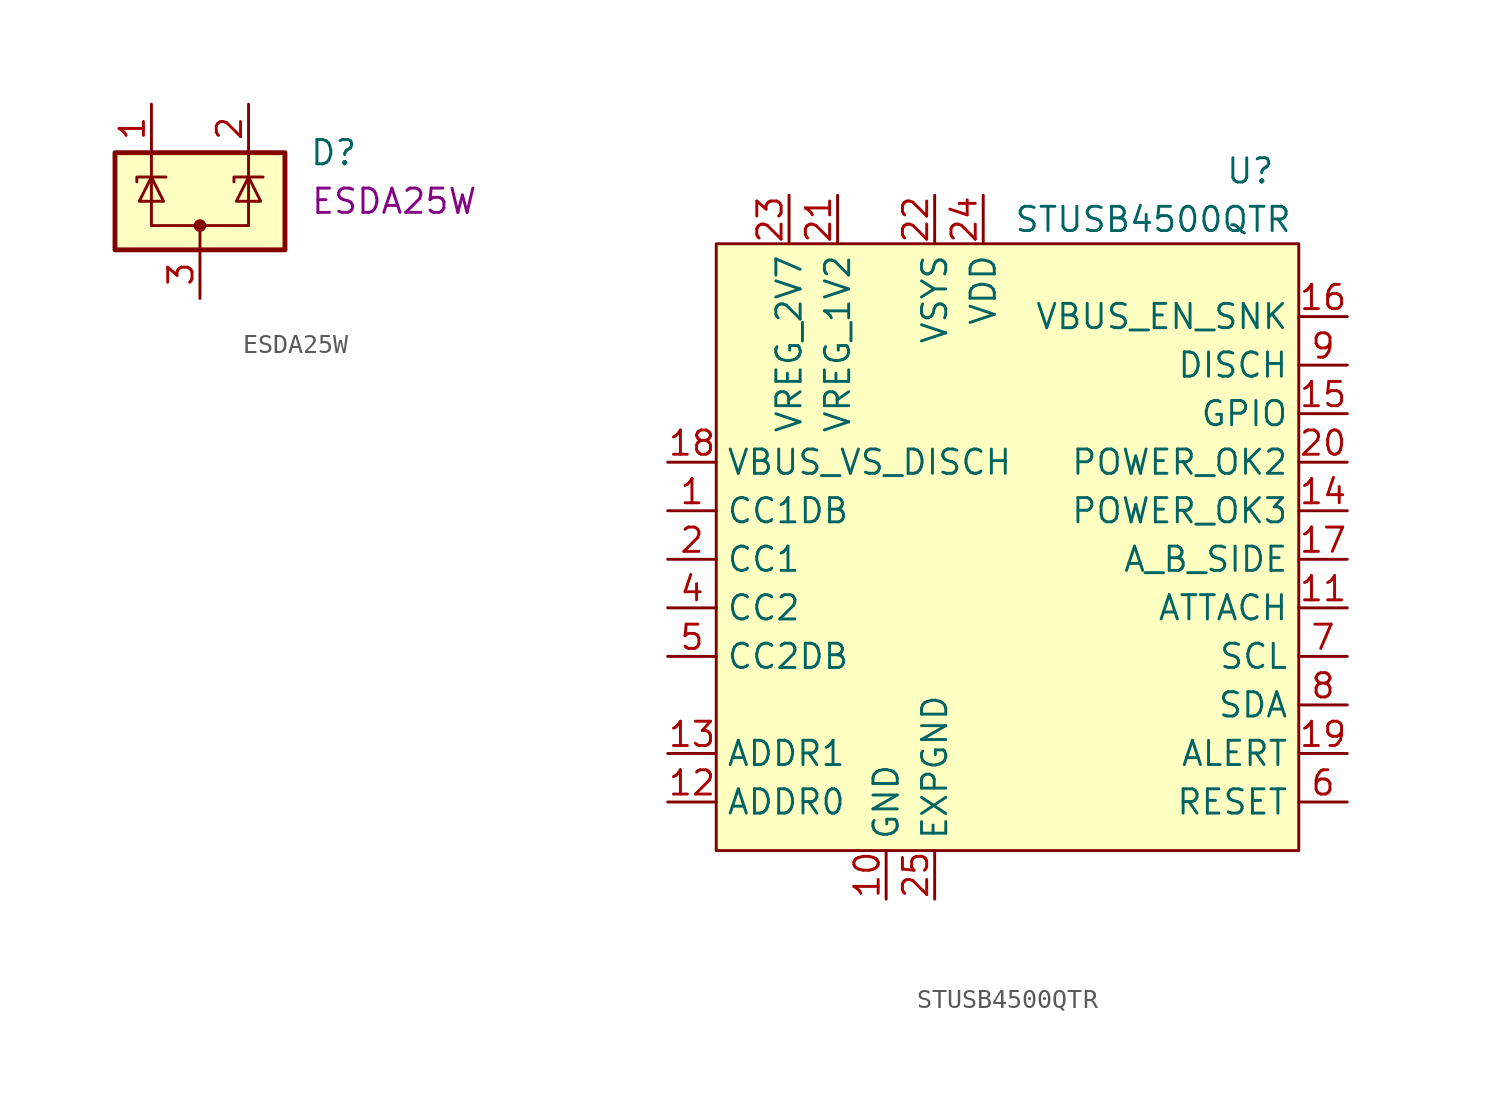
<source format=kicad_sym>
(kicad_symbol_lib
  (version 20211014)
  (generator kicad_symbol_editor)
  (symbol "ESDA25W"
    (pin_names hide)
    (property "Reference" "D"
      (at 5.715 2.54 0)
      (effects (font (size 1.27 1.27)) (justify left)))
    (property "MPN" "ESDA25W"
      (at 10.16 0 0)
      (effects (font (size 1.27 1.27))))
    (symbol "ESDA25W_0_0"
      (pin passive line (at 0 -5.08 90) (length 2.54) (name "A" (effects (font (size 1.27 1.27)))) (number "3" (effects (font (size 1.27 1.27))))))
    (symbol "ESDA25W_0_1"
      (rectangle (start -4.445 2.54) (end 4.445 -2.54) (stroke (width 0.254) (type default) (color 0 0 0 0)) (fill (type background)))
      (circle (center 0 -1.27) (radius 0.254) (stroke (width 0) (type default) (color 0 0 0 0)) (fill (type outline)))
      (polyline (pts (xy -2.54 2.54) (xy -2.54 1.27)) (stroke (width 0) (type default) (color 0 0 0 0)) (fill (type none)))
      (polyline (pts (xy 0 -1.27) (xy 0 -2.54)) (stroke (width 0) (type default) (color 0 0 0 0)) (fill (type none)))
      (polyline (pts (xy 2.54 2.54) (xy 2.54 1.27)) (stroke (width 0) (type default) (color 0 0 0 0)) (fill (type none)))
      (polyline (pts (xy -3.302 1.016) (xy -3.302 1.27) (xy -1.905 1.27) (xy -1.778 1.27)) (stroke (width 0) (type default) (color 0 0 0 0)) (fill (type none)))
      (polyline (pts (xy -2.54 1.27) (xy -2.54 -1.27) (xy 2.54 -1.27) (xy 2.54 1.27)) (stroke (width 0) (type default) (color 0 0 0 0)) (fill (type none)))
      (polyline (pts (xy -2.54 1.27) (xy -1.905 0) (xy -3.175 0) (xy -2.54 1.27)) (stroke (width 0) (type default) (color 0 0 0 0)) (fill (type none)))
      (polyline (pts (xy 1.778 1.016) (xy 1.778 1.27) (xy 3.175 1.27) (xy 3.302 1.27)) (stroke (width 0) (type default) (color 0 0 0 0)) (fill (type none)))
      (polyline (pts (xy 2.54 1.27) (xy 1.905 0) (xy 3.175 0) (xy 2.54 1.27)) (stroke (width 0) (type default) (color 0 0 0 0)) (fill (type none))))
    (symbol "ESDA25W_1_1"
      (pin passive line (at -2.54 5.08 270) (length 2.54) (name "K" (effects (font (size 1.27 1.27)))) (number "1" (effects (font (size 1.27 1.27)))))
      (pin passive line (at 2.54 5.08 270) (length 2.54) (name "K" (effects (font (size 1.27 1.27)))) (number "2" (effects (font (size 1.27 1.27)))))))
  (symbol "STUSB4500QTR"
    (property "Reference" "U"
      (at 12.7 20.32 0)
      (effects (font (size 1.27 1.27))))
    (property "Value" "STUSB4500QTR"
      (at 7.62 17.78 0)
      (effects (font (size 1.27 1.27))))
    (symbol "STUSB4500QTR_0_1"
      (rectangle (start -15.24 16.51) (end 15.24 -15.24) (stroke (width 0) (type default) (color 0 0 0 0)) (fill (type background))))
    (symbol "STUSB4500QTR_1_1"
      (pin bidirectional line (at -17.78 2.54 0) (length 2.54) (name "CC1DB" (effects (font (size 1.27 1.27)))) (number "1" (effects (font (size 1.27 1.27)))))
      (pin power_in line (at -6.35 -17.78 90) (length 2.54) (name "GND" (effects (font (size 1.27 1.27)))) (number "10" (effects (font (size 1.27 1.27)))))
      (pin open_collector line (at 17.78 -2.54 180) (length 2.54) (name "ATTACH" (effects (font (size 1.27 1.27)))) (number "11" (effects (font (size 1.27 1.27)))))
      (pin input line (at -17.78 -12.7 0) (length 2.54) (name "ADDR0" (effects (font (size 1.27 1.27)))) (number "12" (effects (font (size 1.27 1.27)))))
      (pin input line (at -17.78 -10.16 0) (length 2.54) (name "ADDR1" (effects (font (size 1.27 1.27)))) (number "13" (effects (font (size 1.27 1.27)))))
      (pin open_collector line (at 17.78 2.54 180) (length 2.54) (name "POWER_OK3" (effects (font (size 1.27 1.27)))) (number "14" (effects (font (size 1.27 1.27)))))
      (pin open_collector line (at 17.78 7.62 180) (length 2.54) (name "GPIO" (effects (font (size 1.27 1.27)))) (number "15" (effects (font (size 1.27 1.27)))))
      (pin open_collector line (at 17.78 12.7 180) (length 2.54) (name "VBUS_EN_SNK" (effects (font (size 1.27 1.27)))) (number "16" (effects (font (size 1.27 1.27)))))
      (pin open_collector line (at 17.78 0 180) (length 2.54) (name "A_B_SIDE" (effects (font (size 1.27 1.27)))) (number "17" (effects (font (size 1.27 1.27)))))
      (pin input line (at -17.78 5.08 0) (length 2.54) (name "VBUS_VS_DISCH" (effects (font (size 1.27 1.27)))) (number "18" (effects (font (size 1.27 1.27)))))
      (pin open_collector line (at 17.78 -10.16 180) (length 2.54) (name "ALERT" (effects (font (size 1.27 1.27)))) (number "19" (effects (font (size 1.27 1.27)))))
      (pin bidirectional line (at -17.78 0 0) (length 2.54) (name "CC1" (effects (font (size 1.27 1.27)))) (number "2" (effects (font (size 1.27 1.27)))))
      (pin open_collector line (at 17.78 5.08 180) (length 2.54) (name "POWER_OK2" (effects (font (size 1.27 1.27)))) (number "20" (effects (font (size 1.27 1.27)))))
      (pin power_out line (at -8.89 19.05 270) (length 2.54) (name "VREG_1V2" (effects (font (size 1.27 1.27)))) (number "21" (effects (font (size 1.27 1.27)))))
      (pin power_in line (at -3.81 19.05 270) (length 2.54) (name "VSYS" (effects (font (size 1.27 1.27)))) (number "22" (effects (font (size 1.27 1.27)))))
      (pin power_out line (at -11.43 19.05 270) (length 2.54) (name "VREG_2V7" (effects (font (size 1.27 1.27)))) (number "23" (effects (font (size 1.27 1.27)))))
      (pin power_in line (at -1.27 19.05 270) (length 2.54) (name "VDD" (effects (font (size 1.27 1.27)))) (number "24" (effects (font (size 1.27 1.27)))))
      (pin power_out line (at -3.81 -17.78 90) (length 2.54) (name "EXPGND" (effects (font (size 1.27 1.27)))) (number "25" (effects (font (size 1.27 1.27)))))
      (pin no_connect line (at -6.35 19.05 270) (length 2.54) hide (name "NC" (effects (font (size 1.27 1.27)))) (number "3" (effects (font (size 1.27 1.27)))))
      (pin bidirectional line (at -17.78 -2.54 0) (length 2.54) (name "CC2" (effects (font (size 1.27 1.27)))) (number "4" (effects (font (size 1.27 1.27)))))
      (pin bidirectional line (at -17.78 -5.08 0) (length 2.54) (name "CC2DB" (effects (font (size 1.27 1.27)))) (number "5" (effects (font (size 1.27 1.27)))))
      (pin input line (at 17.78 -12.7 180) (length 2.54) (name "RESET" (effects (font (size 1.27 1.27)))) (number "6" (effects (font (size 1.27 1.27)))))
      (pin input line (at 17.78 -5.08 180) (length 2.54) (name "SCL" (effects (font (size 1.27 1.27)))) (number "7" (effects (font (size 1.27 1.27)))))
      (pin bidirectional line (at 17.78 -7.62 180) (length 2.54) (name "SDA" (effects (font (size 1.27 1.27)))) (number "8" (effects (font (size 1.27 1.27)))))
      (pin bidirectional line (at 17.78 10.16 180) (length 2.54) (name "DISCH" (effects (font (size 1.27 1.27)))) (number "9" (effects (font (size 1.27 1.27))))))))
</source>
